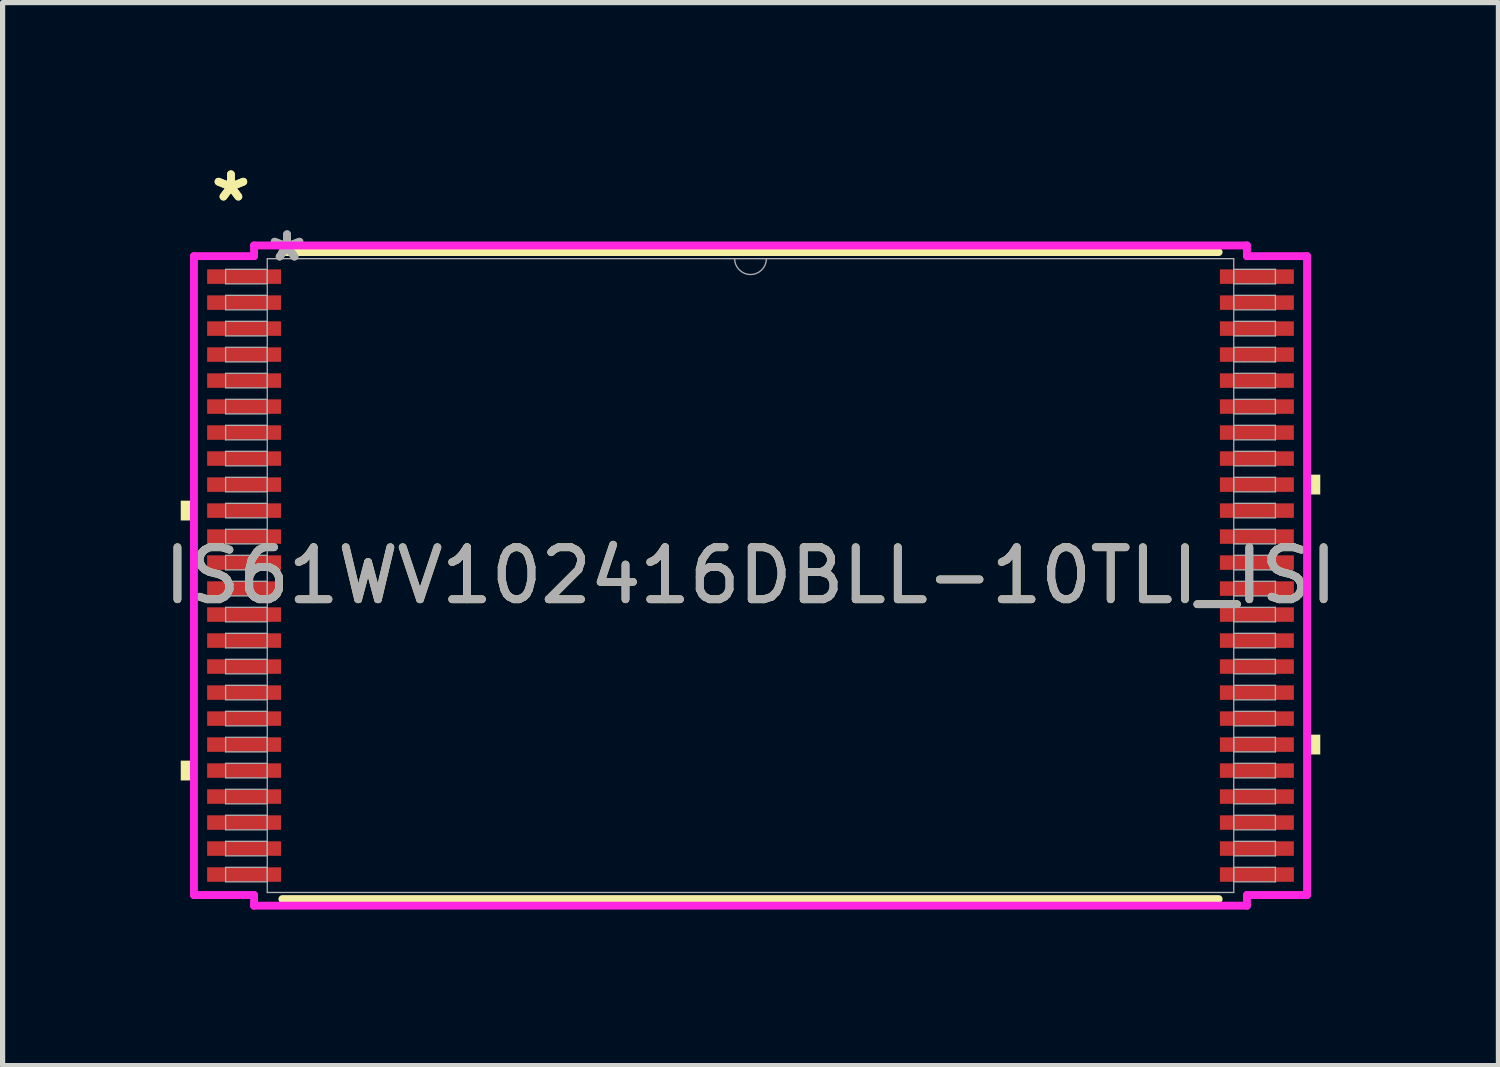
<source format=kicad_pcb>
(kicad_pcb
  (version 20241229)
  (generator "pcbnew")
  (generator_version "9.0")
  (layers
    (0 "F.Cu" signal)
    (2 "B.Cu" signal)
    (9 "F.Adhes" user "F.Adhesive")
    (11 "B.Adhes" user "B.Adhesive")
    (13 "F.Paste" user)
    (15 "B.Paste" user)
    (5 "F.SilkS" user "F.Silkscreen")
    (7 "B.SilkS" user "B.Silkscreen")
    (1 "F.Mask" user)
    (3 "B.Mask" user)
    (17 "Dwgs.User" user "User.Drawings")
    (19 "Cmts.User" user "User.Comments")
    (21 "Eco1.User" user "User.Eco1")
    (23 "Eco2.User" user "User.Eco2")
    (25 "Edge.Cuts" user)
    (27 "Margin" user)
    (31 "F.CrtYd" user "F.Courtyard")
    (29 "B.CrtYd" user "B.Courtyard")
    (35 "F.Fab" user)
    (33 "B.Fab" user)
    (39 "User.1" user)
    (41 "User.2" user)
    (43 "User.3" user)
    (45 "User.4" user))
  (footprint "IS61WV102416DBLL-10TLI_ISI"
    (layer "F.Cu")
    (at 11.387 8.022)
    (property "Reference" "IS61WV102416DBLL-10TLI_ISI" (at 0 0 0) (unlocked yes) (layer "F.SilkS") (effects (font (size 1 1) (thickness 0.15))))
    (attr smd)
    (fp_line (start -9.005 6.223) (end 9.005 6.223) (stroke (width 0.152) (type solid)) (layer "F.SilkS"))
    (fp_line (start 9.005 -6.223) (end -9.005 -6.223) (stroke (width 0.152) (type solid)) (layer "F.SilkS"))
    (fp_poly (pts (xy -10.96 -1.441) (xy -10.96 -1.06) (xy -10.706 -1.06) (xy -10.706 -1.441)) (stroke (width 0) (type solid)) (fill yes) (layer "F.SilkS"))
    (fp_poly (pts (xy -10.96 3.56) (xy -10.96 3.941) (xy -10.706 3.941) (xy -10.706 3.56)) (stroke (width 0) (type solid)) (fill yes) (layer "F.SilkS"))
    (fp_poly (pts (xy 10.96 -1.941) (xy 10.96 -1.56) (xy 10.706 -1.56) (xy 10.706 -1.941)) (stroke (width 0) (type solid)) (fill yes) (layer "F.SilkS"))
    (fp_poly (pts (xy 10.96 3.06) (xy 10.96 3.441) (xy 10.706 3.441) (xy 10.706 3.06)) (stroke (width 0) (type solid)) (fill yes) (layer "F.SilkS"))
    (fp_line (start -10.706 -6.145) (end -9.55 -6.145) (stroke (width 0.152) (type solid)) (layer "F.CrtYd"))
    (fp_line (start -10.706 6.145) (end -10.706 -6.145) (stroke (width 0.152) (type solid)) (layer "F.CrtYd"))
    (fp_line (start -10.706 6.145) (end -9.55 6.145) (stroke (width 0.152) (type solid)) (layer "F.CrtYd"))
    (fp_line (start -9.55 -6.35) (end 9.55 -6.35) (stroke (width 0.152) (type solid)) (layer "F.CrtYd"))
    (fp_line (start -9.55 -6.145) (end -9.55 -6.35) (stroke (width 0.152) (type solid)) (layer "F.CrtYd"))
    (fp_line (start -9.55 6.35) (end -9.55 6.145) (stroke (width 0.152) (type solid)) (layer "F.CrtYd"))
    (fp_line (start 9.55 -6.35) (end 9.55 -6.145) (stroke (width 0.152) (type solid)) (layer "F.CrtYd"))
    (fp_line (start 9.55 6.145) (end 9.55 6.35) (stroke (width 0.152) (type solid)) (layer "F.CrtYd"))
    (fp_line (start 9.55 6.35) (end -9.55 6.35) (stroke (width 0.152) (type solid)) (layer "F.CrtYd"))
    (fp_line (start 10.706 -6.145) (end 9.55 -6.145) (stroke (width 0.152) (type solid)) (layer "F.CrtYd"))
    (fp_line (start 10.706 -6.145) (end 10.706 6.145) (stroke (width 0.152) (type solid)) (layer "F.CrtYd"))
    (fp_line (start 10.706 6.145) (end 9.55 6.145) (stroke (width 0.152) (type solid)) (layer "F.CrtYd"))
    (fp_line (start -10.097 -5.891) (end -10.097 -5.612) (stroke (width 0.025) (type solid)) (layer "F.Fab"))
    (fp_line (start -10.097 -5.612) (end -9.296 -5.612) (stroke (width 0.025) (type solid)) (layer "F.Fab"))
    (fp_line (start -10.097 -5.391) (end -10.097 -5.112) (stroke (width 0.025) (type solid)) (layer "F.Fab"))
    (fp_line (start -10.097 -5.112) (end -9.296 -5.112) (stroke (width 0.025) (type solid)) (layer "F.Fab"))
    (fp_line (start -10.097 -4.891) (end -10.097 -4.611) (stroke (width 0.025) (type solid)) (layer "F.Fab"))
    (fp_line (start -10.097 -4.611) (end -9.296 -4.611) (stroke (width 0.025) (type solid)) (layer "F.Fab"))
    (fp_line (start -10.097 -4.391) (end -10.097 -4.111) (stroke (width 0.025) (type solid)) (layer "F.Fab"))
    (fp_line (start -10.097 -4.111) (end -9.296 -4.111) (stroke (width 0.025) (type solid)) (layer "F.Fab"))
    (fp_line (start -10.097 -3.891) (end -10.097 -3.611) (stroke (width 0.025) (type solid)) (layer "F.Fab"))
    (fp_line (start -10.097 -3.611) (end -9.296 -3.611) (stroke (width 0.025) (type solid)) (layer "F.Fab"))
    (fp_line (start -10.097 -3.391) (end -10.097 -3.111) (stroke (width 0.025) (type solid)) (layer "F.Fab"))
    (fp_line (start -10.097 -3.111) (end -9.296 -3.111) (stroke (width 0.025) (type solid)) (layer "F.Fab"))
    (fp_line (start -10.097 -2.89) (end -10.097 -2.611) (stroke (width 0.025) (type solid)) (layer "F.Fab"))
    (fp_line (start -10.097 -2.611) (end -9.296 -2.611) (stroke (width 0.025) (type solid)) (layer "F.Fab"))
    (fp_line (start -10.097 -2.39) (end -10.097 -2.111) (stroke (width 0.025) (type solid)) (layer "F.Fab"))
    (fp_line (start -10.097 -2.111) (end -9.296 -2.111) (stroke (width 0.025) (type solid)) (layer "F.Fab"))
    (fp_line (start -10.097 -1.89) (end -10.097 -1.611) (stroke (width 0.025) (type solid)) (layer "F.Fab"))
    (fp_line (start -10.097 -1.611) (end -9.296 -1.611) (stroke (width 0.025) (type solid)) (layer "F.Fab"))
    (fp_line (start -10.097 -1.39) (end -10.097 -1.111) (stroke (width 0.025) (type solid)) (layer "F.Fab"))
    (fp_line (start -10.097 -1.111) (end -9.296 -1.111) (stroke (width 0.025) (type solid)) (layer "F.Fab"))
    (fp_line (start -10.097 -0.89) (end -10.097 -0.61) (stroke (width 0.025) (type solid)) (layer "F.Fab"))
    (fp_line (start -10.097 -0.61) (end -9.296 -0.61) (stroke (width 0.025) (type solid)) (layer "F.Fab"))
    (fp_line (start -10.097 -0.39) (end -10.097 -0.11) (stroke (width 0.025) (type solid)) (layer "F.Fab"))
    (fp_line (start -10.097 -0.11) (end -9.296 -0.11) (stroke (width 0.025) (type solid)) (layer "F.Fab"))
    (fp_line (start -10.097 0.11) (end -10.097 0.39) (stroke (width 0.025) (type solid)) (layer "F.Fab"))
    (fp_line (start -10.097 0.39) (end -9.296 0.39) (stroke (width 0.025) (type solid)) (layer "F.Fab"))
    (fp_line (start -10.097 0.61) (end -10.097 0.89) (stroke (width 0.025) (type solid)) (layer "F.Fab"))
    (fp_line (start -10.097 0.89) (end -9.296 0.89) (stroke (width 0.025) (type solid)) (layer "F.Fab"))
    (fp_line (start -10.097 1.111) (end -10.097 1.39) (stroke (width 0.025) (type solid)) (layer "F.Fab"))
    (fp_line (start -10.097 1.39) (end -9.296 1.39) (stroke (width 0.025) (type solid)) (layer "F.Fab"))
    (fp_line (start -10.097 1.611) (end -10.097 1.89) (stroke (width 0.025) (type solid)) (layer "F.Fab"))
    (fp_line (start -10.097 1.89) (end -9.296 1.89) (stroke (width 0.025) (type solid)) (layer "F.Fab"))
    (fp_line (start -10.097 2.111) (end -10.097 2.39) (stroke (width 0.025) (type solid)) (layer "F.Fab"))
    (fp_line (start -10.097 2.39) (end -9.296 2.39) (stroke (width 0.025) (type solid)) (layer "F.Fab"))
    (fp_line (start -10.097 2.611) (end -10.097 2.89) (stroke (width 0.025) (type solid)) (layer "F.Fab"))
    (fp_line (start -10.097 2.89) (end -9.296 2.89) (stroke (width 0.025) (type solid)) (layer "F.Fab"))
    (fp_line (start -10.097 3.111) (end -10.097 3.391) (stroke (width 0.025) (type solid)) (layer "F.Fab"))
    (fp_line (start -10.097 3.391) (end -9.296 3.391) (stroke (width 0.025) (type solid)) (layer "F.Fab"))
    (fp_line (start -10.097 3.611) (end -10.097 3.891) (stroke (width 0.025) (type solid)) (layer "F.Fab"))
    (fp_line (start -10.097 3.891) (end -9.296 3.891) (stroke (width 0.025) (type solid)) (layer "F.Fab"))
    (fp_line (start -10.097 4.111) (end -10.097 4.391) (stroke (width 0.025) (type solid)) (layer "F.Fab"))
    (fp_line (start -10.097 4.391) (end -9.296 4.391) (stroke (width 0.025) (type solid)) (layer "F.Fab"))
    (fp_line (start -10.097 4.611) (end -10.097 4.891) (stroke (width 0.025) (type solid)) (layer "F.Fab"))
    (fp_line (start -10.097 4.891) (end -9.296 4.891) (stroke (width 0.025) (type solid)) (layer "F.Fab"))
    (fp_line (start -10.097 5.112) (end -10.097 5.391) (stroke (width 0.025) (type solid)) (layer "F.Fab"))
    (fp_line (start -10.097 5.391) (end -9.296 5.391) (stroke (width 0.025) (type solid)) (layer "F.Fab"))
    (fp_line (start -10.097 5.612) (end -10.097 5.891) (stroke (width 0.025) (type solid)) (layer "F.Fab"))
    (fp_line (start -10.097 5.891) (end -9.296 5.891) (stroke (width 0.025) (type solid)) (layer "F.Fab"))
    (fp_line (start -9.296 -6.096) (end -9.296 6.096) (stroke (width 0.025) (type solid)) (layer "F.Fab"))
    (fp_line (start -9.296 -5.891) (end -10.097 -5.891) (stroke (width 0.025) (type solid)) (layer "F.Fab"))
    (fp_line (start -9.296 -5.612) (end -9.296 -5.891) (stroke (width 0.025) (type solid)) (layer "F.Fab"))
    (fp_line (start -9.296 -5.391) (end -10.097 -5.391) (stroke (width 0.025) (type solid)) (layer "F.Fab"))
    (fp_line (start -9.296 -5.112) (end -9.296 -5.391) (stroke (width 0.025) (type solid)) (layer "F.Fab"))
    (fp_line (start -9.296 -4.891) (end -10.097 -4.891) (stroke (width 0.025) (type solid)) (layer "F.Fab"))
    (fp_line (start -9.296 -4.611) (end -9.296 -4.891) (stroke (width 0.025) (type solid)) (layer "F.Fab"))
    (fp_line (start -9.296 -4.391) (end -10.097 -4.391) (stroke (width 0.025) (type solid)) (layer "F.Fab"))
    (fp_line (start -9.296 -4.111) (end -9.296 -4.391) (stroke (width 0.025) (type solid)) (layer "F.Fab"))
    (fp_line (start -9.296 -3.891) (end -10.097 -3.891) (stroke (width 0.025) (type solid)) (layer "F.Fab"))
    (fp_line (start -9.296 -3.611) (end -9.296 -3.891) (stroke (width 0.025) (type solid)) (layer "F.Fab"))
    (fp_line (start -9.296 -3.391) (end -10.097 -3.391) (stroke (width 0.025) (type solid)) (layer "F.Fab"))
    (fp_line (start -9.296 -3.111) (end -9.296 -3.391) (stroke (width 0.025) (type solid)) (layer "F.Fab"))
    (fp_line (start -9.296 -2.89) (end -10.097 -2.89) (stroke (width 0.025) (type solid)) (layer "F.Fab"))
    (fp_line (start -9.296 -2.611) (end -9.296 -2.89) (stroke (width 0.025) (type solid)) (layer "F.Fab"))
    (fp_line (start -9.296 -2.39) (end -10.097 -2.39) (stroke (width 0.025) (type solid)) (layer "F.Fab"))
    (fp_line (start -9.296 -2.111) (end -9.296 -2.39) (stroke (width 0.025) (type solid)) (layer "F.Fab"))
    (fp_line (start -9.296 -1.89) (end -10.097 -1.89) (stroke (width 0.025) (type solid)) (layer "F.Fab"))
    (fp_line (start -9.296 -1.611) (end -9.296 -1.89) (stroke (width 0.025) (type solid)) (layer "F.Fab"))
    (fp_line (start -9.296 -1.39) (end -10.097 -1.39) (stroke (width 0.025) (type solid)) (layer "F.Fab"))
    (fp_line (start -9.296 -1.111) (end -9.296 -1.39) (stroke (width 0.025) (type solid)) (layer "F.Fab"))
    (fp_line (start -9.296 -0.89) (end -10.097 -0.89) (stroke (width 0.025) (type solid)) (layer "F.Fab"))
    (fp_line (start -9.296 -0.61) (end -9.296 -0.89) (stroke (width 0.025) (type solid)) (layer "F.Fab"))
    (fp_line (start -9.296 -0.39) (end -10.097 -0.39) (stroke (width 0.025) (type solid)) (layer "F.Fab"))
    (fp_line (start -9.296 -0.11) (end -9.296 -0.39) (stroke (width 0.025) (type solid)) (layer "F.Fab"))
    (fp_line (start -9.296 0.11) (end -10.097 0.11) (stroke (width 0.025) (type solid)) (layer "F.Fab"))
    (fp_line (start -9.296 0.39) (end -9.296 0.11) (stroke (width 0.025) (type solid)) (layer "F.Fab"))
    (fp_line (start -9.296 0.61) (end -10.097 0.61) (stroke (width 0.025) (type solid)) (layer "F.Fab"))
    (fp_line (start -9.296 0.89) (end -9.296 0.61) (stroke (width 0.025) (type solid)) (layer "F.Fab"))
    (fp_line (start -9.296 1.111) (end -10.097 1.111) (stroke (width 0.025) (type solid)) (layer "F.Fab"))
    (fp_line (start -9.296 1.39) (end -9.296 1.111) (stroke (width 0.025) (type solid)) (layer "F.Fab"))
    (fp_line (start -9.296 1.611) (end -10.097 1.611) (stroke (width 0.025) (type solid)) (layer "F.Fab"))
    (fp_line (start -9.296 1.89) (end -9.296 1.611) (stroke (width 0.025) (type solid)) (layer "F.Fab"))
    (fp_line (start -9.296 2.111) (end -10.097 2.111) (stroke (width 0.025) (type solid)) (layer "F.Fab"))
    (fp_line (start -9.296 2.39) (end -9.296 2.111) (stroke (width 0.025) (type solid)) (layer "F.Fab"))
    (fp_line (start -9.296 2.611) (end -10.097 2.611) (stroke (width 0.025) (type solid)) (layer "F.Fab"))
    (fp_line (start -9.296 2.89) (end -9.296 2.611) (stroke (width 0.025) (type solid)) (layer "F.Fab"))
    (fp_line (start -9.296 3.111) (end -10.097 3.111) (stroke (width 0.025) (type solid)) (layer "F.Fab"))
    (fp_line (start -9.296 3.391) (end -9.296 3.111) (stroke (width 0.025) (type solid)) (layer "F.Fab"))
    (fp_line (start -9.296 3.611) (end -10.097 3.611) (stroke (width 0.025) (type solid)) (layer "F.Fab"))
    (fp_line (start -9.296 3.891) (end -9.296 3.611) (stroke (width 0.025) (type solid)) (layer "F.Fab"))
    (fp_line (start -9.296 4.111) (end -10.097 4.111) (stroke (width 0.025) (type solid)) (layer "F.Fab"))
    (fp_line (start -9.296 4.391) (end -9.296 4.111) (stroke (width 0.025) (type solid)) (layer "F.Fab"))
    (fp_line (start -9.296 4.611) (end -10.097 4.611) (stroke (width 0.025) (type solid)) (layer "F.Fab"))
    (fp_line (start -9.296 4.891) (end -9.296 4.611) (stroke (width 0.025) (type solid)) (layer "F.Fab"))
    (fp_line (start -9.296 5.112) (end -10.097 5.112) (stroke (width 0.025) (type solid)) (layer "F.Fab"))
    (fp_line (start -9.296 5.391) (end -9.296 5.112) (stroke (width 0.025) (type solid)) (layer "F.Fab"))
    (fp_line (start -9.296 5.612) (end -10.097 5.612) (stroke (width 0.025) (type solid)) (layer "F.Fab"))
    (fp_line (start -9.296 5.891) (end -9.296 5.612) (stroke (width 0.025) (type solid)) (layer "F.Fab"))
    (fp_line (start -9.296 6.096) (end 9.296 6.096) (stroke (width 0.025) (type solid)) (layer "F.Fab"))
    (fp_line (start 9.296 -6.096) (end -9.296 -6.096) (stroke (width 0.025) (type solid)) (layer "F.Fab"))
    (fp_line (start 9.296 -5.891) (end 9.296 -5.612) (stroke (width 0.025) (type solid)) (layer "F.Fab"))
    (fp_line (start 9.296 -5.612) (end 10.097 -5.612) (stroke (width 0.025) (type solid)) (layer "F.Fab"))
    (fp_line (start 9.296 -5.391) (end 9.296 -5.112) (stroke (width 0.025) (type solid)) (layer "F.Fab"))
    (fp_line (start 9.296 -5.112) (end 10.097 -5.112) (stroke (width 0.025) (type solid)) (layer "F.Fab"))
    (fp_line (start 9.296 -4.891) (end 9.296 -4.611) (stroke (width 0.025) (type solid)) (layer "F.Fab"))
    (fp_line (start 9.296 -4.611) (end 10.097 -4.611) (stroke (width 0.025) (type solid)) (layer "F.Fab"))
    (fp_line (start 9.296 -4.391) (end 9.296 -4.111) (stroke (width 0.025) (type solid)) (layer "F.Fab"))
    (fp_line (start 9.296 -4.111) (end 10.097 -4.111) (stroke (width 0.025) (type solid)) (layer "F.Fab"))
    (fp_line (start 9.296 -3.891) (end 9.296 -3.611) (stroke (width 0.025) (type solid)) (layer "F.Fab"))
    (fp_line (start 9.296 -3.611) (end 10.097 -3.611) (stroke (width 0.025) (type solid)) (layer "F.Fab"))
    (fp_line (start 9.296 -3.391) (end 9.296 -3.111) (stroke (width 0.025) (type solid)) (layer "F.Fab"))
    (fp_line (start 9.296 -3.111) (end 10.097 -3.111) (stroke (width 0.025) (type solid)) (layer "F.Fab"))
    (fp_line (start 9.296 -2.89) (end 9.296 -2.611) (stroke (width 0.025) (type solid)) (layer "F.Fab"))
    (fp_line (start 9.296 -2.611) (end 10.097 -2.611) (stroke (width 0.025) (type solid)) (layer "F.Fab"))
    (fp_line (start 9.296 -2.39) (end 9.296 -2.111) (stroke (width 0.025) (type solid)) (layer "F.Fab"))
    (fp_line (start 9.296 -2.111) (end 10.097 -2.111) (stroke (width 0.025) (type solid)) (layer "F.Fab"))
    (fp_line (start 9.296 -1.89) (end 9.296 -1.611) (stroke (width 0.025) (type solid)) (layer "F.Fab"))
    (fp_line (start 9.296 -1.611) (end 10.097 -1.611) (stroke (width 0.025) (type solid)) (layer "F.Fab"))
    (fp_line (start 9.296 -1.39) (end 9.296 -1.111) (stroke (width 0.025) (type solid)) (layer "F.Fab"))
    (fp_line (start 9.296 -1.111) (end 10.097 -1.111) (stroke (width 0.025) (type solid)) (layer "F.Fab"))
    (fp_line (start 9.296 -0.89) (end 9.296 -0.61) (stroke (width 0.025) (type solid)) (layer "F.Fab"))
    (fp_line (start 9.296 -0.61) (end 10.097 -0.61) (stroke (width 0.025) (type solid)) (layer "F.Fab"))
    (fp_line (start 9.296 -0.39) (end 9.296 -0.11) (stroke (width 0.025) (type solid)) (layer "F.Fab"))
    (fp_line (start 9.296 -0.11) (end 10.097 -0.11) (stroke (width 0.025) (type solid)) (layer "F.Fab"))
    (fp_line (start 9.296 0.11) (end 9.296 0.39) (stroke (width 0.025) (type solid)) (layer "F.Fab"))
    (fp_line (start 9.296 0.39) (end 10.097 0.39) (stroke (width 0.025) (type solid)) (layer "F.Fab"))
    (fp_line (start 9.296 0.61) (end 9.296 0.89) (stroke (width 0.025) (type solid)) (layer "F.Fab"))
    (fp_line (start 9.296 0.89) (end 10.097 0.89) (stroke (width 0.025) (type solid)) (layer "F.Fab"))
    (fp_line (start 9.296 1.111) (end 9.296 1.39) (stroke (width 0.025) (type solid)) (layer "F.Fab"))
    (fp_line (start 9.296 1.39) (end 10.097 1.39) (stroke (width 0.025) (type solid)) (layer "F.Fab"))
    (fp_line (start 9.296 1.611) (end 9.296 1.89) (stroke (width 0.025) (type solid)) (layer "F.Fab"))
    (fp_line (start 9.296 1.89) (end 10.097 1.89) (stroke (width 0.025) (type solid)) (layer "F.Fab"))
    (fp_line (start 9.296 2.111) (end 9.296 2.39) (stroke (width 0.025) (type solid)) (layer "F.Fab"))
    (fp_line (start 9.296 2.39) (end 10.097 2.39) (stroke (width 0.025) (type solid)) (layer "F.Fab"))
    (fp_line (start 9.296 2.611) (end 9.296 2.89) (stroke (width 0.025) (type solid)) (layer "F.Fab"))
    (fp_line (start 9.296 2.89) (end 10.097 2.89) (stroke (width 0.025) (type solid)) (layer "F.Fab"))
    (fp_line (start 9.296 3.111) (end 9.296 3.391) (stroke (width 0.025) (type solid)) (layer "F.Fab"))
    (fp_line (start 9.296 3.391) (end 10.097 3.391) (stroke (width 0.025) (type solid)) (layer "F.Fab"))
    (fp_line (start 9.296 3.611) (end 9.296 3.891) (stroke (width 0.025) (type solid)) (layer "F.Fab"))
    (fp_line (start 9.296 3.891) (end 10.097 3.891) (stroke (width 0.025) (type solid)) (layer "F.Fab"))
    (fp_line (start 9.296 4.111) (end 9.296 4.391) (stroke (width 0.025) (type solid)) (layer "F.Fab"))
    (fp_line (start 9.296 4.391) (end 10.097 4.391) (stroke (width 0.025) (type solid)) (layer "F.Fab"))
    (fp_line (start 9.296 4.611) (end 9.296 4.891) (stroke (width 0.025) (type solid)) (layer "F.Fab"))
    (fp_line (start 9.296 4.891) (end 10.097 4.891) (stroke (width 0.025) (type solid)) (layer "F.Fab"))
    (fp_line (start 9.296 5.112) (end 9.296 5.391) (stroke (width 0.025) (type solid)) (layer "F.Fab"))
    (fp_line (start 9.296 5.391) (end 10.097 5.391) (stroke (width 0.025) (type solid)) (layer "F.Fab"))
    (fp_line (start 9.296 5.612) (end 9.296 5.891) (stroke (width 0.025) (type solid)) (layer "F.Fab"))
    (fp_line (start 9.296 5.891) (end 10.097 5.891) (stroke (width 0.025) (type solid)) (layer "F.Fab"))
    (fp_line (start 9.296 6.096) (end 9.296 -6.096) (stroke (width 0.025) (type solid)) (layer "F.Fab"))
    (fp_line (start 10.097 -5.891) (end 9.296 -5.891) (stroke (width 0.025) (type solid)) (layer "F.Fab"))
    (fp_line (start 10.097 -5.612) (end 10.097 -5.891) (stroke (width 0.025) (type solid)) (layer "F.Fab"))
    (fp_line (start 10.097 -5.391) (end 9.296 -5.391) (stroke (width 0.025) (type solid)) (layer "F.Fab"))
    (fp_line (start 10.097 -5.112) (end 10.097 -5.391) (stroke (width 0.025) (type solid)) (layer "F.Fab"))
    (fp_line (start 10.097 -4.891) (end 9.296 -4.891) (stroke (width 0.025) (type solid)) (layer "F.Fab"))
    (fp_line (start 10.097 -4.611) (end 10.097 -4.891) (stroke (width 0.025) (type solid)) (layer "F.Fab"))
    (fp_line (start 10.097 -4.391) (end 9.296 -4.391) (stroke (width 0.025) (type solid)) (layer "F.Fab"))
    (fp_line (start 10.097 -4.111) (end 10.097 -4.391) (stroke (width 0.025) (type solid)) (layer "F.Fab"))
    (fp_line (start 10.097 -3.891) (end 9.296 -3.891) (stroke (width 0.025) (type solid)) (layer "F.Fab"))
    (fp_line (start 10.097 -3.611) (end 10.097 -3.891) (stroke (width 0.025) (type solid)) (layer "F.Fab"))
    (fp_line (start 10.097 -3.391) (end 9.296 -3.391) (stroke (width 0.025) (type solid)) (layer "F.Fab"))
    (fp_line (start 10.097 -3.111) (end 10.097 -3.391) (stroke (width 0.025) (type solid)) (layer "F.Fab"))
    (fp_line (start 10.097 -2.89) (end 9.296 -2.89) (stroke (width 0.025) (type solid)) (layer "F.Fab"))
    (fp_line (start 10.097 -2.611) (end 10.097 -2.89) (stroke (width 0.025) (type solid)) (layer "F.Fab"))
    (fp_line (start 10.097 -2.39) (end 9.296 -2.39) (stroke (width 0.025) (type solid)) (layer "F.Fab"))
    (fp_line (start 10.097 -2.111) (end 10.097 -2.39) (stroke (width 0.025) (type solid)) (layer "F.Fab"))
    (fp_line (start 10.097 -1.89) (end 9.296 -1.89) (stroke (width 0.025) (type solid)) (layer "F.Fab"))
    (fp_line (start 10.097 -1.611) (end 10.097 -1.89) (stroke (width 0.025) (type solid)) (layer "F.Fab"))
    (fp_line (start 10.097 -1.39) (end 9.296 -1.39) (stroke (width 0.025) (type solid)) (layer "F.Fab"))
    (fp_line (start 10.097 -1.111) (end 10.097 -1.39) (stroke (width 0.025) (type solid)) (layer "F.Fab"))
    (fp_line (start 10.097 -0.89) (end 9.296 -0.89) (stroke (width 0.025) (type solid)) (layer "F.Fab"))
    (fp_line (start 10.097 -0.61) (end 10.097 -0.89) (stroke (width 0.025) (type solid)) (layer "F.Fab"))
    (fp_line (start 10.097 -0.39) (end 9.296 -0.39) (stroke (width 0.025) (type solid)) (layer "F.Fab"))
    (fp_line (start 10.097 -0.11) (end 10.097 -0.39) (stroke (width 0.025) (type solid)) (layer "F.Fab"))
    (fp_line (start 10.097 0.11) (end 9.296 0.11) (stroke (width 0.025) (type solid)) (layer "F.Fab"))
    (fp_line (start 10.097 0.39) (end 10.097 0.11) (stroke (width 0.025) (type solid)) (layer "F.Fab"))
    (fp_line (start 10.097 0.61) (end 9.296 0.61) (stroke (width 0.025) (type solid)) (layer "F.Fab"))
    (fp_line (start 10.097 0.89) (end 10.097 0.61) (stroke (width 0.025) (type solid)) (layer "F.Fab"))
    (fp_line (start 10.097 1.111) (end 9.296 1.111) (stroke (width 0.025) (type solid)) (layer "F.Fab"))
    (fp_line (start 10.097 1.39) (end 10.097 1.111) (stroke (width 0.025) (type solid)) (layer "F.Fab"))
    (fp_line (start 10.097 1.611) (end 9.296 1.611) (stroke (width 0.025) (type solid)) (layer "F.Fab"))
    (fp_line (start 10.097 1.89) (end 10.097 1.611) (stroke (width 0.025) (type solid)) (layer "F.Fab"))
    (fp_line (start 10.097 2.111) (end 9.296 2.111) (stroke (width 0.025) (type solid)) (layer "F.Fab"))
    (fp_line (start 10.097 2.39) (end 10.097 2.111) (stroke (width 0.025) (type solid)) (layer "F.Fab"))
    (fp_line (start 10.097 2.611) (end 9.296 2.611) (stroke (width 0.025) (type solid)) (layer "F.Fab"))
    (fp_line (start 10.097 2.89) (end 10.097 2.611) (stroke (width 0.025) (type solid)) (layer "F.Fab"))
    (fp_line (start 10.097 3.111) (end 9.296 3.111) (stroke (width 0.025) (type solid)) (layer "F.Fab"))
    (fp_line (start 10.097 3.391) (end 10.097 3.111) (stroke (width 0.025) (type solid)) (layer "F.Fab"))
    (fp_line (start 10.097 3.611) (end 9.296 3.611) (stroke (width 0.025) (type solid)) (layer "F.Fab"))
    (fp_line (start 10.097 3.891) (end 10.097 3.611) (stroke (width 0.025) (type solid)) (layer "F.Fab"))
    (fp_line (start 10.097 4.111) (end 9.296 4.111) (stroke (width 0.025) (type solid)) (layer "F.Fab"))
    (fp_line (start 10.097 4.391) (end 10.097 4.111) (stroke (width 0.025) (type solid)) (layer "F.Fab"))
    (fp_line (start 10.097 4.611) (end 9.296 4.611) (stroke (width 0.025) (type solid)) (layer "F.Fab"))
    (fp_line (start 10.097 4.891) (end 10.097 4.611) (stroke (width 0.025) (type solid)) (layer "F.Fab"))
    (fp_line (start 10.097 5.112) (end 9.296 5.112) (stroke (width 0.025) (type solid)) (layer "F.Fab"))
    (fp_line (start 10.097 5.391) (end 10.097 5.112) (stroke (width 0.025) (type solid)) (layer "F.Fab"))
    (fp_line (start 10.097 5.612) (end 9.296 5.612) (stroke (width 0.025) (type solid)) (layer "F.Fab"))
    (fp_line (start 10.097 5.891) (end 10.097 5.612) (stroke (width 0.025) (type solid)) (layer "F.Fab"))
    (fp_arc (start 0.3048 -6.096) (mid 0 -5.7912) (end -0.3048 -6.096) (stroke (width 0.0254) (type solid)) (layer "F.Fab"))
    (fp_text user "*" (at -9.995 -7.174 0) (layer "F.SilkS") (effects (font (size 1 1) (thickness 0.15))))
    (fp_text user "*" (at -9.995 -7.174 0) (unlocked yes) (layer "F.SilkS") (effects (font (size 1 1) (thickness 0.15))))
    (fp_text user "*" (at -8.915 -6.02 0) (layer "F.Fab") (effects (font (size 1 1) (thickness 0.15))))
    (fp_text user "${REFERENCE}" (at 0 0 0) (unlocked yes) (layer "F.Fab") (effects (font (size 1 1) (thickness 0.15))))
    (fp_text user "*" (at -8.915 -6.02 0) (unlocked yes) (layer "F.Fab") (effects (font (size 1 1) (thickness 0.15))))
    (pad "1" smd rect (at -9.741 -5.751) (size 1.422 0.279) (layers "F.Cu" "F.Mask" "F.Paste"))
    (pad "2" smd rect (at -9.741 -5.251) (size 1.422 0.279) (layers "F.Cu" "F.Mask" "F.Paste"))
    (pad "3" smd rect (at -9.741 -4.751) (size 1.422 0.279) (layers "F.Cu" "F.Mask" "F.Paste"))
    (pad "4" smd rect (at -9.741 -4.251) (size 1.422 0.279) (layers "F.Cu" "F.Mask" "F.Paste"))
    (pad "5" smd rect (at -9.741 -3.751) (size 1.422 0.279) (layers "F.Cu" "F.Mask" "F.Paste"))
    (pad "6" smd rect (at -9.741 -3.251) (size 1.422 0.279) (layers "F.Cu" "F.Mask" "F.Paste"))
    (pad "7" smd rect (at -9.741 -2.751) (size 1.422 0.279) (layers "F.Cu" "F.Mask" "F.Paste"))
    (pad "8" smd rect (at -9.741 -2.251) (size 1.422 0.279) (layers "F.Cu" "F.Mask" "F.Paste"))
    (pad "9" smd rect (at -9.741 -1.75) (size 1.422 0.279) (layers "F.Cu" "F.Mask" "F.Paste"))
    (pad "10" smd rect (at -9.741 -1.25) (size 1.422 0.279) (layers "F.Cu" "F.Mask" "F.Paste"))
    (pad "11" smd rect (at -9.741 -0.75) (size 1.422 0.279) (layers "F.Cu" "F.Mask" "F.Paste"))
    (pad "12" smd rect (at -9.741 -0.25) (size 1.422 0.279) (layers "F.Cu" "F.Mask" "F.Paste"))
    (pad "13" smd rect (at -9.741 0.25) (size 1.422 0.279) (layers "F.Cu" "F.Mask" "F.Paste"))
    (pad "14" smd rect (at -9.741 0.75) (size 1.422 0.279) (layers "F.Cu" "F.Mask" "F.Paste"))
    (pad "15" smd rect (at -9.741 1.25) (size 1.422 0.279) (layers "F.Cu" "F.Mask" "F.Paste"))
    (pad "16" smd rect (at -9.741 1.75) (size 1.422 0.279) (layers "F.Cu" "F.Mask" "F.Paste"))
    (pad "17" smd rect (at -9.741 2.251) (size 1.422 0.279) (layers "F.Cu" "F.Mask" "F.Paste"))
    (pad "18" smd rect (at -9.741 2.751) (size 1.422 0.279) (layers "F.Cu" "F.Mask" "F.Paste"))
    (pad "19" smd rect (at -9.741 3.251) (size 1.422 0.279) (layers "F.Cu" "F.Mask" "F.Paste"))
    (pad "20" smd rect (at -9.741 3.751) (size 1.422 0.279) (layers "F.Cu" "F.Mask" "F.Paste"))
    (pad "21" smd rect (at -9.741 4.251) (size 1.422 0.279) (layers "F.Cu" "F.Mask" "F.Paste"))
    (pad "22" smd rect (at -9.741 4.751) (size 1.422 0.279) (layers "F.Cu" "F.Mask" "F.Paste"))
    (pad "23" smd rect (at -9.741 5.251) (size 1.422 0.279) (layers "F.Cu" "F.Mask" "F.Paste"))
    (pad "24" smd rect (at -9.741 5.751) (size 1.422 0.279) (layers "F.Cu" "F.Mask" "F.Paste"))
    (pad "25" smd rect (at 9.741 5.751) (size 1.422 0.279) (layers "F.Cu" "F.Mask" "F.Paste"))
    (pad "26" smd rect (at 9.741 5.251) (size 1.422 0.279) (layers "F.Cu" "F.Mask" "F.Paste"))
    (pad "27" smd rect (at 9.741 4.751) (size 1.422 0.279) (layers "F.Cu" "F.Mask" "F.Paste"))
    (pad "28" smd rect (at 9.741 4.251) (size 1.422 0.279) (layers "F.Cu" "F.Mask" "F.Paste"))
    (pad "29" smd rect (at 9.741 3.751) (size 1.422 0.279) (layers "F.Cu" "F.Mask" "F.Paste"))
    (pad "30" smd rect (at 9.741 3.251) (size 1.422 0.279) (layers "F.Cu" "F.Mask" "F.Paste"))
    (pad "31" smd rect (at 9.741 2.751) (size 1.422 0.279) (layers "F.Cu" "F.Mask" "F.Paste"))
    (pad "32" smd rect (at 9.741 2.251) (size 1.422 0.279) (layers "F.Cu" "F.Mask" "F.Paste"))
    (pad "33" smd rect (at 9.741 1.75) (size 1.422 0.279) (layers "F.Cu" "F.Mask" "F.Paste"))
    (pad "34" smd rect (at 9.741 1.25) (size 1.422 0.279) (layers "F.Cu" "F.Mask" "F.Paste"))
    (pad "35" smd rect (at 9.741 0.75) (size 1.422 0.279) (layers "F.Cu" "F.Mask" "F.Paste"))
    (pad "36" smd rect (at 9.741 0.25) (size 1.422 0.279) (layers "F.Cu" "F.Mask" "F.Paste"))
    (pad "37" smd rect (at 9.741 -0.25) (size 1.422 0.279) (layers "F.Cu" "F.Mask" "F.Paste"))
    (pad "38" smd rect (at 9.741 -0.75) (size 1.422 0.279) (layers "F.Cu" "F.Mask" "F.Paste"))
    (pad "39" smd rect (at 9.741 -1.25) (size 1.422 0.279) (layers "F.Cu" "F.Mask" "F.Paste"))
    (pad "40" smd rect (at 9.741 -1.75) (size 1.422 0.279) (layers "F.Cu" "F.Mask" "F.Paste"))
    (pad "41" smd rect (at 9.741 -2.251) (size 1.422 0.279) (layers "F.Cu" "F.Mask" "F.Paste"))
    (pad "42" smd rect (at 9.741 -2.751) (size 1.422 0.279) (layers "F.Cu" "F.Mask" "F.Paste"))
    (pad "43" smd rect (at 9.741 -3.251) (size 1.422 0.279) (layers "F.Cu" "F.Mask" "F.Paste"))
    (pad "44" smd rect (at 9.741 -3.751) (size 1.422 0.279) (layers "F.Cu" "F.Mask" "F.Paste"))
    (pad "45" smd rect (at 9.741 -4.251) (size 1.422 0.279) (layers "F.Cu" "F.Mask" "F.Paste"))
    (pad "46" smd rect (at 9.741 -4.751) (size 1.422 0.279) (layers "F.Cu" "F.Mask" "F.Paste"))
    (pad "47" smd rect (at 9.741 -5.251) (size 1.422 0.279) (layers "F.Cu" "F.Mask" "F.Paste"))
    (pad "48" smd rect (at 9.741 -5.751) (size 1.422 0.279) (layers "F.Cu" "F.Mask" "F.Paste")))
  (gr_rect
    (start -3 -3)
    (end 25.774 17.448)
    (stroke (width 0.1) (type default))
    (fill no)
    (layer "Edge.Cuts")))
</source>
